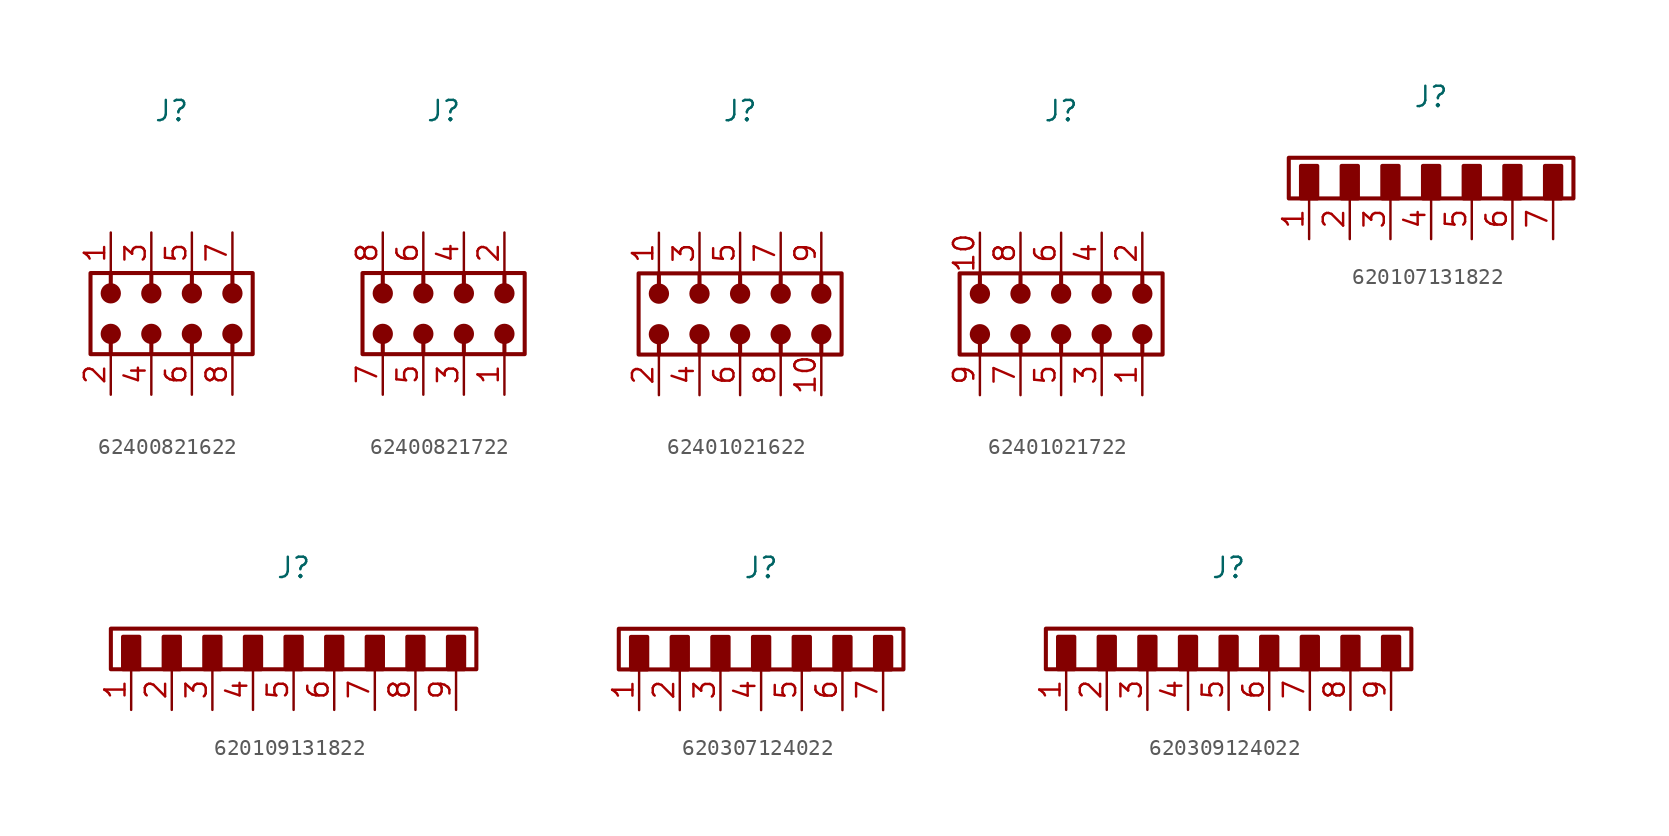
<source format=kicad_sym>
(kicad_symbol_lib
  (version 20241209)
  (generator "kicad_symbol_editor")
  (generator_version "9.0")
  (symbol "62400821622"
    (pin_names
      (hide yes))
    (property "Reference" "J"
      (at 0 12.7 0)
      (effects (font (size 1.27 1.27))))
    (symbol "62400821622_1_1"
      (rectangle (start -5.08 2.54) (end 5.08 -2.54) (stroke (width 0.254) (type solid)) (fill (type none)))
      (polyline (pts (xy -3.81 1.778) (xy -3.81 2.54)) (stroke (width 0.254) (type solid)) (fill (type none)))
      (circle (center -3.81 1.27) (radius 0.508) (stroke (width 0.254) (type solid)) (fill (type outline)))
      (circle (center -3.81 -1.27) (radius 0.508) (stroke (width 0.254) (type solid)) (fill (type outline)))
      (polyline (pts (xy -3.81 -1.778) (xy -3.81 -2.54)) (stroke (width 0.254) (type solid)) (fill (type none)))
      (polyline (pts (xy -1.27 1.778) (xy -1.27 2.54)) (stroke (width 0.254) (type solid)) (fill (type none)))
      (circle (center -1.27 1.27) (radius 0.508) (stroke (width 0.254) (type solid)) (fill (type outline)))
      (circle (center -1.27 -1.27) (radius 0.508) (stroke (width 0.254) (type solid)) (fill (type outline)))
      (polyline (pts (xy -1.27 -1.778) (xy -1.27 -2.54)) (stroke (width 0.254) (type solid)) (fill (type none)))
      (polyline (pts (xy 1.27 1.778) (xy 1.27 2.54)) (stroke (width 0.254) (type solid)) (fill (type none)))
      (circle (center 1.27 1.27) (radius 0.508) (stroke (width 0.254) (type solid)) (fill (type outline)))
      (circle (center 1.27 -1.27) (radius 0.508) (stroke (width 0.254) (type solid)) (fill (type outline)))
      (polyline (pts (xy 1.27 -1.778) (xy 1.27 -2.54)) (stroke (width 0.254) (type solid)) (fill (type none)))
      (polyline (pts (xy 3.81 1.778) (xy 3.81 2.54)) (stroke (width 0.254) (type solid)) (fill (type none)))
      (circle (center 3.81 1.27) (radius 0.508) (stroke (width 0.254) (type solid)) (fill (type outline)))
      (circle (center 3.81 -1.27) (radius 0.508) (stroke (width 0.254) (type solid)) (fill (type outline)))
      (polyline (pts (xy 3.81 -1.778) (xy 3.81 -2.54)) (stroke (width 0.254) (type solid)) (fill (type none)))
      (pin passive line (at -3.81 5.08 270) (length 2.54) (name "1" (effects (font (size 1.27 1.27)))) (number "1" (effects (font (size 1.27 1.27)))))
      (pin passive line (at -3.81 -5.08 90) (length 2.54) (name "2" (effects (font (size 1.27 1.27)))) (number "2" (effects (font (size 1.27 1.27)))))
      (pin passive line (at -1.27 5.08 270) (length 2.54) (name "3" (effects (font (size 1.27 1.27)))) (number "3" (effects (font (size 1.27 1.27)))))
      (pin passive line (at -1.27 -5.08 90) (length 2.54) (name "4" (effects (font (size 1.27 1.27)))) (number "4" (effects (font (size 1.27 1.27)))))
      (pin passive line (at 1.27 5.08 270) (length 2.54) (name "5" (effects (font (size 1.27 1.27)))) (number "5" (effects (font (size 1.27 1.27)))))
      (pin passive line (at 1.27 -5.08 90) (length 2.54) (name "6" (effects (font (size 1.27 1.27)))) (number "6" (effects (font (size 1.27 1.27)))))
      (pin passive line (at 3.81 5.08 270) (length 2.54) (name "7" (effects (font (size 1.27 1.27)))) (number "7" (effects (font (size 1.27 1.27)))))
      (pin passive line (at 3.81 -5.08 90) (length 2.54) (name "8" (effects (font (size 1.27 1.27)))) (number "8" (effects (font (size 1.27 1.27)))))))
  (symbol "62400821722"
    (pin_names
      (hide yes))
    (property "Reference" "J"
      (at 0 12.7 0)
      (effects (font (size 1.27 1.27))))
    (symbol "62400821722_1_1"
      (polyline (pts (xy -3.81 1.778) (xy -3.81 2.54)) (stroke (width 0.254) (type solid)) (fill (type none)))
      (circle (center -3.81 1.27) (radius 0.508) (stroke (width 0.254) (type solid)) (fill (type outline)))
      (circle (center -3.81 -1.27) (radius 0.508) (stroke (width 0.254) (type solid)) (fill (type outline)))
      (polyline (pts (xy -3.81 -1.778) (xy -3.81 -2.54)) (stroke (width 0.254) (type solid)) (fill (type none)))
      (polyline (pts (xy -1.27 1.778) (xy -1.27 2.54)) (stroke (width 0.254) (type solid)) (fill (type none)))
      (circle (center -1.27 1.27) (radius 0.508) (stroke (width 0.254) (type solid)) (fill (type outline)))
      (circle (center -1.27 -1.27) (radius 0.508) (stroke (width 0.254) (type solid)) (fill (type outline)))
      (polyline (pts (xy -1.27 -1.778) (xy -1.27 -2.54)) (stroke (width 0.254) (type solid)) (fill (type none)))
      (polyline (pts (xy 1.27 1.778) (xy 1.27 2.54)) (stroke (width 0.254) (type solid)) (fill (type none)))
      (circle (center 1.27 1.27) (radius 0.508) (stroke (width 0.254) (type solid)) (fill (type outline)))
      (circle (center 1.27 -1.27) (radius 0.508) (stroke (width 0.254) (type solid)) (fill (type outline)))
      (polyline (pts (xy 1.27 -1.778) (xy 1.27 -2.54)) (stroke (width 0.254) (type solid)) (fill (type none)))
      (polyline (pts (xy 3.81 1.778) (xy 3.81 2.54)) (stroke (width 0.254) (type solid)) (fill (type none)))
      (circle (center 3.81 1.27) (radius 0.508) (stroke (width 0.254) (type solid)) (fill (type outline)))
      (circle (center 3.81 -1.27) (radius 0.508) (stroke (width 0.254) (type solid)) (fill (type outline)))
      (polyline (pts (xy 3.81 -1.778) (xy 3.81 -2.54)) (stroke (width 0.254) (type solid)) (fill (type none)))
      (rectangle (start 5.08 -2.54) (end -5.08 2.54) (stroke (width 0.254) (type solid)) (fill (type none)))
      (pin passive line (at -3.81 5.08 270) (length 2.54) (name "8" (effects (font (size 1.27 1.27)))) (number "8" (effects (font (size 1.27 1.27)))))
      (pin passive line (at -3.81 -5.08 90) (length 2.54) (name "7" (effects (font (size 1.27 1.27)))) (number "7" (effects (font (size 1.27 1.27)))))
      (pin passive line (at -1.27 5.08 270) (length 2.54) (name "6" (effects (font (size 1.27 1.27)))) (number "6" (effects (font (size 1.27 1.27)))))
      (pin passive line (at -1.27 -5.08 90) (length 2.54) (name "5" (effects (font (size 1.27 1.27)))) (number "5" (effects (font (size 1.27 1.27)))))
      (pin passive line (at 1.27 5.08 270) (length 2.54) (name "4" (effects (font (size 1.27 1.27)))) (number "4" (effects (font (size 1.27 1.27)))))
      (pin passive line (at 1.27 -5.08 90) (length 2.54) (name "3" (effects (font (size 1.27 1.27)))) (number "3" (effects (font (size 1.27 1.27)))))
      (pin passive line (at 3.81 5.08 270) (length 2.54) (name "2" (effects (font (size 1.27 1.27)))) (number "2" (effects (font (size 1.27 1.27)))))
      (pin passive line (at 3.81 -5.08 90) (length 2.54) (name "1" (effects (font (size 1.27 1.27)))) (number "1" (effects (font (size 1.27 1.27)))))))
  (symbol "62401021622"
    (pin_names
      (hide yes))
    (property "Reference" "J"
      (at 0 12.7 0)
      (effects (font (size 1.27 1.27))))
    (symbol "62401021622_1_1"
      (rectangle (start -6.35 2.54) (end 6.35 -2.54) (stroke (width 0.254) (type solid)) (fill (type none)))
      (polyline (pts (xy -5.08 1.778) (xy -5.08 2.54)) (stroke (width 0.254) (type solid)) (fill (type none)))
      (circle (center -5.08 1.27) (radius 0.508) (stroke (width 0.254) (type solid)) (fill (type outline)))
      (circle (center -5.08 -1.27) (radius 0.508) (stroke (width 0.254) (type solid)) (fill (type outline)))
      (polyline (pts (xy -5.08 -1.778) (xy -5.08 -2.54)) (stroke (width 0.254) (type solid)) (fill (type none)))
      (polyline (pts (xy -2.54 1.778) (xy -2.54 2.54)) (stroke (width 0.254) (type solid)) (fill (type none)))
      (circle (center -2.54 1.27) (radius 0.508) (stroke (width 0.254) (type solid)) (fill (type outline)))
      (circle (center -2.54 -1.27) (radius 0.508) (stroke (width 0.254) (type solid)) (fill (type outline)))
      (polyline (pts (xy -2.54 -1.778) (xy -2.54 -2.54)) (stroke (width 0.254) (type solid)) (fill (type none)))
      (polyline (pts (xy 0 1.778) (xy 0 2.54)) (stroke (width 0.254) (type solid)) (fill (type none)))
      (circle (center 0 1.27) (radius 0.508) (stroke (width 0.254) (type solid)) (fill (type outline)))
      (circle (center 0 -1.27) (radius 0.508) (stroke (width 0.254) (type solid)) (fill (type outline)))
      (polyline (pts (xy 0 -1.778) (xy 0 -2.54)) (stroke (width 0.254) (type solid)) (fill (type none)))
      (polyline (pts (xy 2.54 1.778) (xy 2.54 2.54)) (stroke (width 0.254) (type solid)) (fill (type none)))
      (circle (center 2.54 1.27) (radius 0.508) (stroke (width 0.254) (type solid)) (fill (type outline)))
      (circle (center 2.54 -1.27) (radius 0.508) (stroke (width 0.254) (type solid)) (fill (type outline)))
      (polyline (pts (xy 2.54 -1.778) (xy 2.54 -2.54)) (stroke (width 0.254) (type solid)) (fill (type none)))
      (polyline (pts (xy 5.08 1.778) (xy 5.08 2.54)) (stroke (width 0.254) (type solid)) (fill (type none)))
      (circle (center 5.08 1.27) (radius 0.508) (stroke (width 0.254) (type solid)) (fill (type outline)))
      (circle (center 5.08 -1.27) (radius 0.508) (stroke (width 0.254) (type solid)) (fill (type outline)))
      (polyline (pts (xy 5.08 -1.778) (xy 5.08 -2.54)) (stroke (width 0.254) (type solid)) (fill (type none)))
      (pin passive line (at -5.08 5.08 270) (length 2.54) (name "1" (effects (font (size 1.27 1.27)))) (number "1" (effects (font (size 1.27 1.27)))))
      (pin passive line (at -5.08 -5.08 90) (length 2.54) (name "2" (effects (font (size 1.27 1.27)))) (number "2" (effects (font (size 1.27 1.27)))))
      (pin passive line (at -2.54 5.08 270) (length 2.54) (name "3" (effects (font (size 1.27 1.27)))) (number "3" (effects (font (size 1.27 1.27)))))
      (pin passive line (at -2.54 -5.08 90) (length 2.54) (name "4" (effects (font (size 1.27 1.27)))) (number "4" (effects (font (size 1.27 1.27)))))
      (pin passive line (at 0 5.08 270) (length 2.54) (name "5" (effects (font (size 1.27 1.27)))) (number "5" (effects (font (size 1.27 1.27)))))
      (pin passive line (at 0 -5.08 90) (length 2.54) (name "6" (effects (font (size 1.27 1.27)))) (number "6" (effects (font (size 1.27 1.27)))))
      (pin passive line (at 2.54 5.08 270) (length 2.54) (name "7" (effects (font (size 1.27 1.27)))) (number "7" (effects (font (size 1.27 1.27)))))
      (pin passive line (at 2.54 -5.08 90) (length 2.54) (name "8" (effects (font (size 1.27 1.27)))) (number "8" (effects (font (size 1.27 1.27)))))
      (pin passive line (at 5.08 5.08 270) (length 2.54) (name "9" (effects (font (size 1.27 1.27)))) (number "9" (effects (font (size 1.27 1.27)))))
      (pin passive line (at 5.08 -5.08 90) (length 2.54) (name "10" (effects (font (size 1.27 1.27)))) (number "10" (effects (font (size 1.27 1.27)))))))
  (symbol "62401021722"
    (pin_names
      (hide yes))
    (property "Reference" "J"
      (at 0 12.7 0)
      (effects (font (size 1.27 1.27))))
    (symbol "62401021722_1_1"
      (rectangle (start -6.35 2.54) (end 6.35 -2.54) (stroke (width 0.254) (type solid)) (fill (type none)))
      (polyline (pts (xy -5.08 1.778) (xy -5.08 2.54)) (stroke (width 0.254) (type solid)) (fill (type none)))
      (circle (center -5.08 1.27) (radius 0.508) (stroke (width 0.254) (type solid)) (fill (type outline)))
      (circle (center -5.08 -1.27) (radius 0.508) (stroke (width 0.254) (type solid)) (fill (type outline)))
      (polyline (pts (xy -5.08 -1.778) (xy -5.08 -2.54)) (stroke (width 0.254) (type solid)) (fill (type none)))
      (polyline (pts (xy -2.54 1.778) (xy -2.54 2.54)) (stroke (width 0.254) (type solid)) (fill (type none)))
      (circle (center -2.54 1.27) (radius 0.508) (stroke (width 0.254) (type solid)) (fill (type outline)))
      (circle (center -2.54 -1.27) (radius 0.508) (stroke (width 0.254) (type solid)) (fill (type outline)))
      (polyline (pts (xy -2.54 -1.778) (xy -2.54 -2.54)) (stroke (width 0.254) (type solid)) (fill (type none)))
      (polyline (pts (xy 0 1.778) (xy 0 2.54)) (stroke (width 0.254) (type solid)) (fill (type none)))
      (circle (center 0 1.27) (radius 0.508) (stroke (width 0.254) (type solid)) (fill (type outline)))
      (circle (center 0 -1.27) (radius 0.508) (stroke (width 0.254) (type solid)) (fill (type outline)))
      (polyline (pts (xy 0 -1.778) (xy 0 -2.54)) (stroke (width 0.254) (type solid)) (fill (type none)))
      (polyline (pts (xy 2.54 1.778) (xy 2.54 2.54)) (stroke (width 0.254) (type solid)) (fill (type none)))
      (circle (center 2.54 1.27) (radius 0.508) (stroke (width 0.254) (type solid)) (fill (type outline)))
      (circle (center 2.54 -1.27) (radius 0.508) (stroke (width 0.254) (type solid)) (fill (type outline)))
      (polyline (pts (xy 2.54 -1.778) (xy 2.54 -2.54)) (stroke (width 0.254) (type solid)) (fill (type none)))
      (polyline (pts (xy 5.08 1.778) (xy 5.08 2.54)) (stroke (width 0.254) (type solid)) (fill (type none)))
      (circle (center 5.08 1.27) (radius 0.508) (stroke (width 0.254) (type solid)) (fill (type outline)))
      (circle (center 5.08 -1.27) (radius 0.508) (stroke (width 0.254) (type solid)) (fill (type outline)))
      (polyline (pts (xy 5.08 -1.778) (xy 5.08 -2.54)) (stroke (width 0.254) (type solid)) (fill (type none)))
      (pin passive line (at -5.08 5.08 270) (length 2.54) (name "10" (effects (font (size 1.27 1.27)))) (number "10" (effects (font (size 1.27 1.27)))))
      (pin passive line (at -5.08 -5.08 90) (length 2.54) (name "9" (effects (font (size 1.27 1.27)))) (number "9" (effects (font (size 1.27 1.27)))))
      (pin passive line (at -2.54 5.08 270) (length 2.54) (name "8" (effects (font (size 1.27 1.27)))) (number "8" (effects (font (size 1.27 1.27)))))
      (pin passive line (at -2.54 -5.08 90) (length 2.54) (name "7" (effects (font (size 1.27 1.27)))) (number "7" (effects (font (size 1.27 1.27)))))
      (pin passive line (at 0 5.08 270) (length 2.54) (name "6" (effects (font (size 1.27 1.27)))) (number "6" (effects (font (size 1.27 1.27)))))
      (pin passive line (at 0 -5.08 90) (length 2.54) (name "5" (effects (font (size 1.27 1.27)))) (number "5" (effects (font (size 1.27 1.27)))))
      (pin passive line (at 2.54 5.08 270) (length 2.54) (name "4" (effects (font (size 1.27 1.27)))) (number "4" (effects (font (size 1.27 1.27)))))
      (pin passive line (at 2.54 -5.08 90) (length 2.54) (name "3" (effects (font (size 1.27 1.27)))) (number "3" (effects (font (size 1.27 1.27)))))
      (pin passive line (at 5.08 5.08 270) (length 2.54) (name "2" (effects (font (size 1.27 1.27)))) (number "2" (effects (font (size 1.27 1.27)))))
      (pin passive line (at 5.08 -5.08 90) (length 2.54) (name "1" (effects (font (size 1.27 1.27)))) (number "1" (effects (font (size 1.27 1.27)))))))
  (symbol "620107131822"
    (pin_names
      (hide yes))
    (property "Reference" "J"
      (at 0 5.08 0)
      (effects (font (size 1.27 1.27))))
    (symbol "620107131822_1_1"
      (rectangle (start -8.89 1.27) (end 8.89 -1.27) (stroke (width 0.254) (type solid)) (fill (type none)))
      (rectangle (start -7.112 0.762) (end -8.128 -1.27) (stroke (width 0.254) (type solid)) (fill (type outline)))
      (rectangle (start -4.572 0.762) (end -5.588 -1.27) (stroke (width 0.254) (type solid)) (fill (type outline)))
      (rectangle (start -2.032 0.762) (end -3.048 -1.27) (stroke (width 0.254) (type solid)) (fill (type outline)))
      (rectangle (start 0.508 0.762) (end -0.508 -1.27) (stroke (width 0.254) (type solid)) (fill (type outline)))
      (rectangle (start 3.048 0.762) (end 2.032 -1.27) (stroke (width 0.254) (type solid)) (fill (type outline)))
      (rectangle (start 5.588 0.762) (end 4.572 -1.27) (stroke (width 0.254) (type solid)) (fill (type outline)))
      (rectangle (start 8.128 0.762) (end 7.112 -1.27) (stroke (width 0.254) (type solid)) (fill (type outline)))
      (pin passive line (at -7.62 -3.81 90) (length 2.54) (name "1" (effects (font (size 1.27 1.27)))) (number "1" (effects (font (size 1.27 1.27)))))
      (pin passive line (at -5.08 -3.81 90) (length 2.54) (name "2" (effects (font (size 1.27 1.27)))) (number "2" (effects (font (size 1.27 1.27)))))
      (pin passive line (at -2.54 -3.81 90) (length 2.54) (name "3" (effects (font (size 1.27 1.27)))) (number "3" (effects (font (size 1.27 1.27)))))
      (pin passive line (at 0 -3.81 90) (length 2.54) (name "4" (effects (font (size 1.27 1.27)))) (number "4" (effects (font (size 1.27 1.27)))))
      (pin passive line (at 2.54 -3.81 90) (length 2.54) (name "5" (effects (font (size 1.27 1.27)))) (number "5" (effects (font (size 1.27 1.27)))))
      (pin passive line (at 5.08 -3.81 90) (length 2.54) (name "6" (effects (font (size 1.27 1.27)))) (number "6" (effects (font (size 1.27 1.27)))))
      (pin passive line (at 7.62 -3.81 90) (length 2.54) (name "7" (effects (font (size 1.27 1.27)))) (number "7" (effects (font (size 1.27 1.27)))))))
  (symbol "620109131822"
    (pin_names
      (hide yes))
    (property "Reference" "J"
      (at 0 5.08 0)
      (effects (font (size 1.27 1.27))))
    (symbol "620109131822_1_1"
      (rectangle (start -11.43 1.27) (end 11.43 -1.27) (stroke (width 0.254) (type solid)) (fill (type none)))
      (rectangle (start -9.652 0.762) (end -10.668 -1.27) (stroke (width 0.254) (type solid)) (fill (type outline)))
      (rectangle (start -7.112 0.762) (end -8.128 -1.27) (stroke (width 0.254) (type solid)) (fill (type outline)))
      (rectangle (start -4.572 0.762) (end -5.588 -1.27) (stroke (width 0.254) (type solid)) (fill (type outline)))
      (rectangle (start -2.032 0.762) (end -3.048 -1.27) (stroke (width 0.254) (type solid)) (fill (type outline)))
      (rectangle (start 0.508 0.762) (end -0.508 -1.27) (stroke (width 0.254) (type solid)) (fill (type outline)))
      (rectangle (start 3.048 0.762) (end 2.032 -1.27) (stroke (width 0.254) (type solid)) (fill (type outline)))
      (rectangle (start 5.588 0.762) (end 4.572 -1.27) (stroke (width 0.254) (type solid)) (fill (type outline)))
      (rectangle (start 8.128 0.762) (end 7.112 -1.27) (stroke (width 0.254) (type solid)) (fill (type outline)))
      (rectangle (start 10.668 0.762) (end 9.652 -1.27) (stroke (width 0.254) (type solid)) (fill (type outline)))
      (pin passive line (at -10.16 -3.81 90) (length 2.54) (name "1" (effects (font (size 1.27 1.27)))) (number "1" (effects (font (size 1.27 1.27)))))
      (pin passive line (at -7.62 -3.81 90) (length 2.54) (name "2" (effects (font (size 1.27 1.27)))) (number "2" (effects (font (size 1.27 1.27)))))
      (pin passive line (at -5.08 -3.81 90) (length 2.54) (name "3" (effects (font (size 1.27 1.27)))) (number "3" (effects (font (size 1.27 1.27)))))
      (pin passive line (at -2.54 -3.81 90) (length 2.54) (name "4" (effects (font (size 1.27 1.27)))) (number "4" (effects (font (size 1.27 1.27)))))
      (pin passive line (at 0 -3.81 90) (length 2.54) (name "5" (effects (font (size 1.27 1.27)))) (number "5" (effects (font (size 1.27 1.27)))))
      (pin passive line (at 2.54 -3.81 90) (length 2.54) (name "6" (effects (font (size 1.27 1.27)))) (number "6" (effects (font (size 1.27 1.27)))))
      (pin passive line (at 5.08 -3.81 90) (length 2.54) (name "7" (effects (font (size 1.27 1.27)))) (number "7" (effects (font (size 1.27 1.27)))))
      (pin passive line (at 7.62 -3.81 90) (length 2.54) (name "8" (effects (font (size 1.27 1.27)))) (number "8" (effects (font (size 1.27 1.27)))))
      (pin passive line (at 10.16 -3.81 90) (length 2.54) (name "9" (effects (font (size 1.27 1.27)))) (number "9" (effects (font (size 1.27 1.27)))))))
  (symbol "620307124022"
    (pin_names
      (hide yes))
    (property "Reference" "J"
      (at 0 5.08 0)
      (effects (font (size 1.27 1.27))))
    (symbol "620307124022_1_1"
      (rectangle (start -8.89 1.27) (end 8.89 -1.27) (stroke (width 0.254) (type solid)) (fill (type none)))
      (rectangle (start -7.112 0.762) (end -8.128 -1.27) (stroke (width 0.254) (type solid)) (fill (type outline)))
      (rectangle (start -4.572 0.762) (end -5.588 -1.27) (stroke (width 0.254) (type solid)) (fill (type outline)))
      (rectangle (start -2.032 0.762) (end -3.048 -1.27) (stroke (width 0.254) (type solid)) (fill (type outline)))
      (rectangle (start 0.508 0.762) (end -0.508 -1.27) (stroke (width 0.254) (type solid)) (fill (type outline)))
      (rectangle (start 3.048 0.762) (end 2.032 -1.27) (stroke (width 0.254) (type solid)) (fill (type outline)))
      (rectangle (start 5.588 0.762) (end 4.572 -1.27) (stroke (width 0.254) (type solid)) (fill (type outline)))
      (rectangle (start 8.128 0.762) (end 7.112 -1.27) (stroke (width 0.254) (type solid)) (fill (type outline)))
      (pin passive line (at -7.62 -3.81 90) (length 2.54) (name "1" (effects (font (size 1.27 1.27)))) (number "1" (effects (font (size 1.27 1.27)))))
      (pin passive line (at -5.08 -3.81 90) (length 2.54) (name "2" (effects (font (size 1.27 1.27)))) (number "2" (effects (font (size 1.27 1.27)))))
      (pin passive line (at -2.54 -3.81 90) (length 2.54) (name "3" (effects (font (size 1.27 1.27)))) (number "3" (effects (font (size 1.27 1.27)))))
      (pin passive line (at 0 -3.81 90) (length 2.54) (name "4" (effects (font (size 1.27 1.27)))) (number "4" (effects (font (size 1.27 1.27)))))
      (pin passive line (at 2.54 -3.81 90) (length 2.54) (name "5" (effects (font (size 1.27 1.27)))) (number "5" (effects (font (size 1.27 1.27)))))
      (pin passive line (at 5.08 -3.81 90) (length 2.54) (name "6" (effects (font (size 1.27 1.27)))) (number "6" (effects (font (size 1.27 1.27)))))
      (pin passive line (at 7.62 -3.81 90) (length 2.54) (name "7" (effects (font (size 1.27 1.27)))) (number "7" (effects (font (size 1.27 1.27)))))))
  (symbol "620309124022"
    (pin_names
      (hide yes))
    (property "Reference" "J"
      (at 0 5.08 0)
      (effects (font (size 1.27 1.27))))
    (symbol "620309124022_1_1"
      (rectangle (start -11.43 1.27) (end 11.43 -1.27) (stroke (width 0.254) (type solid)) (fill (type none)))
      (rectangle (start -9.652 0.762) (end -10.668 -1.27) (stroke (width 0.254) (type solid)) (fill (type outline)))
      (rectangle (start -7.112 0.762) (end -8.128 -1.27) (stroke (width 0.254) (type solid)) (fill (type outline)))
      (rectangle (start -4.572 0.762) (end -5.588 -1.27) (stroke (width 0.254) (type solid)) (fill (type outline)))
      (rectangle (start -2.032 0.762) (end -3.048 -1.27) (stroke (width 0.254) (type solid)) (fill (type outline)))
      (rectangle (start 0.508 0.762) (end -0.508 -1.27) (stroke (width 0.254) (type solid)) (fill (type outline)))
      (rectangle (start 3.048 0.762) (end 2.032 -1.27) (stroke (width 0.254) (type solid)) (fill (type outline)))
      (rectangle (start 5.588 0.762) (end 4.572 -1.27) (stroke (width 0.254) (type solid)) (fill (type outline)))
      (rectangle (start 8.128 0.762) (end 7.112 -1.27) (stroke (width 0.254) (type solid)) (fill (type outline)))
      (rectangle (start 10.668 0.762) (end 9.652 -1.27) (stroke (width 0.254) (type solid)) (fill (type outline)))
      (pin passive line (at -10.16 -3.81 90) (length 2.54) (name "1" (effects (font (size 1.27 1.27)))) (number "1" (effects (font (size 1.27 1.27)))))
      (pin passive line (at -7.62 -3.81 90) (length 2.54) (name "2" (effects (font (size 1.27 1.27)))) (number "2" (effects (font (size 1.27 1.27)))))
      (pin passive line (at -5.08 -3.81 90) (length 2.54) (name "3" (effects (font (size 1.27 1.27)))) (number "3" (effects (font (size 1.27 1.27)))))
      (pin passive line (at -2.54 -3.81 90) (length 2.54) (name "4" (effects (font (size 1.27 1.27)))) (number "4" (effects (font (size 1.27 1.27)))))
      (pin passive line (at 0 -3.81 90) (length 2.54) (name "5" (effects (font (size 1.27 1.27)))) (number "5" (effects (font (size 1.27 1.27)))))
      (pin passive line (at 2.54 -3.81 90) (length 2.54) (name "6" (effects (font (size 1.27 1.27)))) (number "6" (effects (font (size 1.27 1.27)))))
      (pin passive line (at 5.08 -3.81 90) (length 2.54) (name "7" (effects (font (size 1.27 1.27)))) (number "7" (effects (font (size 1.27 1.27)))))
      (pin passive line (at 7.62 -3.81 90) (length 2.54) (name "8" (effects (font (size 1.27 1.27)))) (number "8" (effects (font (size 1.27 1.27)))))
      (pin passive line (at 10.16 -3.81 90) (length 2.54) (name "9" (effects (font (size 1.27 1.27)))) (number "9" (effects (font (size 1.27 1.27))))))))
</source>
